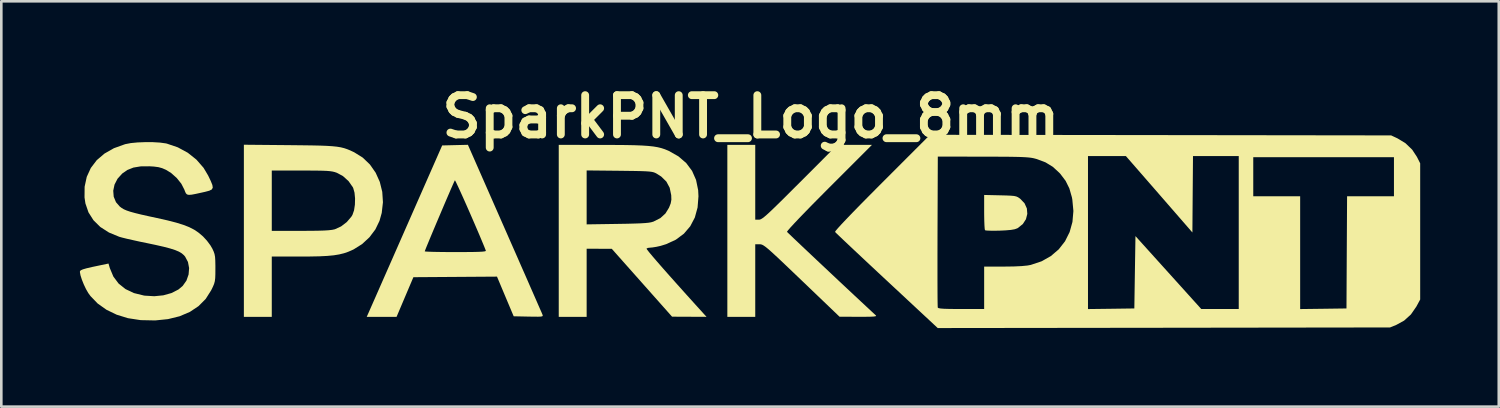
<source format=kicad_pcb>
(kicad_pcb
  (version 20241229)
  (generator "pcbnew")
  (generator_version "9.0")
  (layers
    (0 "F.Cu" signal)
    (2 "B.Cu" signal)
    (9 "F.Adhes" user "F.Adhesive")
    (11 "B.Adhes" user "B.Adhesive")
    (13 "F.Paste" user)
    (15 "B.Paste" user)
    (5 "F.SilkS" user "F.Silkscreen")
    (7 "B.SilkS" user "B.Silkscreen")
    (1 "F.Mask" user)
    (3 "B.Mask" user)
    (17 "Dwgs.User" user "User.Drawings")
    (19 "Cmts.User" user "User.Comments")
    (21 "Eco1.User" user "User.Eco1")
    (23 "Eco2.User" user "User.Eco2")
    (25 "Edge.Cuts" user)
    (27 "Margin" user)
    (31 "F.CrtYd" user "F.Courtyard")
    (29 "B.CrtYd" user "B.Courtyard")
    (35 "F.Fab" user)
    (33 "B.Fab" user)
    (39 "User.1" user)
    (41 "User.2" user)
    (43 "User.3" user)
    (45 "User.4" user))
  (footprint "SparkPNT_Logo_8mm"
    (layer "F.Cu")
    (at 25.606 5.804)
    (property "Reference" "SparkPNT_Logo_8mm" (at 0 -4.4 0) (layer "F.SilkS") (effects (font (size 1.5 1.5) (thickness 0.3))))
    (attr board_only exclude_from_pos_files exclude_from_bom)
    (fp_poly (pts (xy 9.518 -1.399) (xy 9.758 -1.393) (xy 9.93 -1.385) (xy 10.05 -1.374) (xy 10.134 -1.355) (xy 10.199 -1.326) (xy 10.262 -1.283) (xy 10.289 -1.262) (xy 10.449 -1.094) (xy 10.537 -0.898) (xy 10.554 -0.691) (xy 10.502 -0.487) (xy 10.383 -0.304) (xy 10.199 -0.155) (xy 10.17 -0.139) (xy 10.073 -0.104) (xy 9.928 -0.079) (xy 9.72 -0.061) (xy 9.504 -0.051) (xy 9.298 -0.047) (xy 9.124 -0.049) (xy 8.999 -0.055) (xy 8.94 -0.066) (xy 8.939 -0.067) (xy 8.928 -0.119) (xy 8.919 -0.24) (xy 8.912 -0.416) (xy 8.908 -0.631) (xy 8.907 -0.756) (xy 8.907 -1.413)) (stroke (width 0) (type solid)) (fill yes) (layer "F.SilkS"))
    (fp_poly (pts (xy 0.17 -1.896) (xy 0.17 -0.469) (xy 0.309 -0.469) (xy 0.346 -0.473) (xy 0.39 -0.49) (xy 0.445 -0.524) (xy 0.519 -0.58) (xy 0.616 -0.663) (xy 0.742 -0.779) (xy 0.901 -0.931) (xy 1.101 -1.126) (xy 1.346 -1.368) (xy 1.641 -1.663) (xy 1.875 -1.896) (xy 3.302 -3.324) (xy 3.963 -3.324) (xy 4.624 -3.324) (xy 2.988 -1.688) (xy 2.655 -1.353) (xy 2.35 -1.045) (xy 2.08 -0.768) (xy 1.847 -0.527) (xy 1.656 -0.325) (xy 1.512 -0.169) (xy 1.42 -0.062) (xy 1.382 -0.01) (xy 1.382 -0.005) (xy 1.416 0.029) (xy 1.505 0.115) (xy 1.643 0.247) (xy 1.823 0.417) (xy 2.037 0.62) (xy 2.28 0.849) (xy 2.544 1.098) (xy 2.823 1.36) (xy 3.109 1.629) (xy 3.396 1.899) (xy 3.677 2.162) (xy 3.945 2.413) (xy 4.194 2.645) (xy 4.416 2.852) (xy 4.605 3.028) (xy 4.753 3.165) (xy 4.772 3.182) (xy 4.783 3.203) (xy 4.758 3.218) (xy 4.686 3.228) (xy 4.559 3.234) (xy 4.365 3.237) (xy 4.111 3.237) (xy 3.388 3.235) (xy 1.944 1.852) (xy 1.607 1.53) (xy 1.327 1.263) (xy 1.096 1.044) (xy 0.909 0.87) (xy 0.761 0.735) (xy 0.645 0.634) (xy 0.555 0.562) (xy 0.487 0.515) (xy 0.434 0.487) (xy 0.39 0.473) (xy 0.349 0.469) (xy 0.335 0.469) (xy 0.17 0.469) (xy 0.17 1.854) (xy 0.17 3.239) (xy -0.362 3.239) (xy -0.895 3.239) (xy -0.895 -0.043) (xy -0.895 -3.324) (xy -0.362 -3.324) (xy 0.17 -3.324)) (stroke (width 0) (type solid)) (fill yes) (layer "F.SilkS"))
    (fp_poly (pts (xy -17.612 -3.314) (xy -17.15 -3.309) (xy -16.765 -3.304) (xy -16.446 -3.297) (xy -16.185 -3.287) (xy -15.971 -3.273) (xy -15.795 -3.255) (xy -15.649 -3.231) (xy -15.523 -3.2) (xy -15.407 -3.161) (xy -15.291 -3.114) (xy -15.168 -3.056) (xy -15.138 -3.042) (xy -14.811 -2.838) (xy -14.536 -2.574) (xy -14.318 -2.262) (xy -14.16 -1.911) (xy -14.066 -1.531) (xy -14.04 -1.134) (xy -14.086 -0.728) (xy -14.171 -0.425) (xy -14.328 -0.099) (xy -14.555 0.202) (xy -14.836 0.462) (xy -15.156 0.663) (xy -15.187 0.678) (xy -15.357 0.753) (xy -15.527 0.812) (xy -15.712 0.857) (xy -15.922 0.891) (xy -16.169 0.914) (xy -16.467 0.929) (xy -16.828 0.936) (xy -17.194 0.938) (xy -18.283 0.938) (xy -18.283 2.088) (xy -18.283 3.239) (xy -18.816 3.239) (xy -19.348 3.239) (xy -19.348 -0.046) (xy -19.348 -1.193) (xy -18.283 -1.193) (xy -18.283 -0.043) (xy -17.183 -0.043) (xy -16.813 -0.044) (xy -16.519 -0.048) (xy -16.289 -0.055) (xy -16.114 -0.066) (xy -15.982 -0.081) (xy -15.886 -0.101) (xy -15.87 -0.106) (xy -15.638 -0.212) (xy -15.421 -0.378) (xy -15.248 -0.58) (xy -15.203 -0.654) (xy -15.143 -0.825) (xy -15.11 -1.043) (xy -15.104 -1.279) (xy -15.125 -1.5) (xy -15.175 -1.678) (xy -15.188 -1.705) (xy -15.352 -1.94) (xy -15.566 -2.133) (xy -15.8 -2.259) (xy -15.876 -2.285) (xy -15.956 -2.305) (xy -16.052 -2.32) (xy -16.176 -2.331) (xy -16.339 -2.338) (xy -16.552 -2.342) (xy -16.828 -2.344) (xy -17.155 -2.344) (xy -18.283 -2.344) (xy -18.283 -1.193) (xy -19.348 -1.193) (xy -19.348 -3.33)) (stroke (width 0) (type solid)) (fill yes) (layer "F.SilkS"))
    (fp_poly (pts (xy -9.386 -0.118) (xy -9.169 0.376) (xy -8.96 0.85) (xy -8.765 1.296) (xy -8.583 1.708) (xy -8.42 2.082) (xy -8.276 2.409) (xy -8.155 2.686) (xy -8.059 2.906) (xy -7.99 3.062) (xy -7.953 3.15) (xy -7.946 3.166) (xy -7.94 3.196) (xy -7.957 3.217) (xy -8.01 3.229) (xy -8.113 3.234) (xy -8.277 3.233) (xy -8.483 3.23) (xy -9.05 3.218) (xy -9.369 2.461) (xy -9.687 1.704) (xy -11.283 1.715) (xy -12.878 1.726) (xy -13.199 2.482) (xy -13.52 3.239) (xy -14.089 3.239) (xy -14.659 3.239) (xy -14.616 3.143) (xy -14.592 3.09) (xy -14.537 2.965) (xy -14.453 2.774) (xy -14.342 2.523) (xy -14.208 2.218) (xy -14.053 1.865) (xy -13.879 1.47) (xy -13.689 1.039) (xy -13.558 0.74) (xy -12.444 0.74) (xy -12.403 0.747) (xy -12.288 0.753) (xy -12.11 0.759) (xy -11.878 0.763) (xy -11.605 0.766) (xy -11.301 0.767) (xy -11.268 0.767) (xy -10.907 0.766) (xy -10.624 0.764) (xy -10.412 0.759) (xy -10.262 0.752) (xy -10.167 0.742) (xy -10.12 0.729) (xy -10.112 0.714) (xy -10.176 0.552) (xy -10.262 0.345) (xy -10.364 0.102) (xy -10.479 -0.166) (xy -10.601 -0.449) (xy -10.726 -0.736) (xy -10.849 -1.016) (xy -10.966 -1.279) (xy -11.072 -1.514) (xy -11.163 -1.712) (xy -11.233 -1.861) (xy -11.278 -1.951) (xy -11.294 -1.973) (xy -11.317 -1.927) (xy -11.368 -1.814) (xy -11.442 -1.645) (xy -11.534 -1.431) (xy -11.641 -1.183) (xy -11.756 -0.913) (xy -11.876 -0.63) (xy -11.996 -0.348) (xy -12.111 -0.075) (xy -12.216 0.175) (xy -12.306 0.393) (xy -12.378 0.567) (xy -12.425 0.686) (xy -12.444 0.738) (xy -12.444 0.74) (xy -13.558 0.74) (xy -13.487 0.579) (xy -13.274 0.095) (xy -13.176 -0.128) (xy -11.779 -3.303) (xy -11.288 -3.315) (xy -10.797 -3.327)) (stroke (width 0) (type solid)) (fill yes) (layer "F.SilkS"))
    (fp_poly (pts (xy -5.679 -3.323) (xy -5.191 -3.321) (xy -4.78 -3.318) (xy -4.436 -3.311) (xy -4.151 -3.3) (xy -3.914 -3.284) (xy -3.718 -3.263) (xy -3.553 -3.235) (xy -3.41 -3.2) (xy -3.28 -3.157) (xy -3.154 -3.105) (xy -3.129 -3.094) (xy -2.762 -2.886) (xy -2.465 -2.631) (xy -2.241 -2.331) (xy -2.089 -1.986) (xy -2.009 -1.596) (xy -1.997 -1.362) (xy -2.031 -0.934) (xy -2.136 -0.552) (xy -2.311 -0.218) (xy -2.552 0.064) (xy -2.858 0.293) (xy -3.227 0.464) (xy -3.44 0.53) (xy -3.601 0.566) (xy -3.749 0.59) (xy -3.829 0.597) (xy -3.927 0.608) (xy -3.981 0.634) (xy -3.958 0.673) (xy -3.881 0.772) (xy -3.753 0.925) (xy -3.578 1.129) (xy -3.359 1.38) (xy -3.099 1.674) (xy -2.802 2.007) (xy -2.471 2.376) (xy -2.11 2.776) (xy -1.777 3.143) (xy -1.69 3.239) (xy -2.347 3.236) (xy -3.005 3.233) (xy -4.155 1.938) (xy -5.306 0.642) (xy -5.785 0.641) (xy -6.265 0.639) (xy -6.265 1.939) (xy -6.265 3.239) (xy -6.797 3.239) (xy -7.33 3.239) (xy -7.33 -0.043) (xy -7.33 -1.32) (xy -6.265 -1.32) (xy -6.265 -0.29) (xy -5.082 -0.308) (xy -4.717 -0.314) (xy -4.426 -0.322) (xy -4.2 -0.33) (xy -4.027 -0.341) (xy -3.897 -0.354) (xy -3.8 -0.371) (xy -3.726 -0.393) (xy -3.711 -0.398) (xy -3.451 -0.53) (xy -3.257 -0.707) (xy -3.122 -0.927) (xy -3.057 -1.091) (xy -3.031 -1.233) (xy -3.037 -1.402) (xy -3.037 -1.405) (xy -3.096 -1.688) (xy -3.222 -1.923) (xy -3.419 -2.116) (xy -3.601 -2.231) (xy -3.654 -2.258) (xy -3.711 -2.279) (xy -3.783 -2.295) (xy -3.878 -2.307) (xy -4.009 -2.316) (xy -4.186 -2.323) (xy -4.418 -2.328) (xy -4.716 -2.332) (xy -5.018 -2.336) (xy -6.265 -2.349) (xy -6.265 -1.32) (xy -7.33 -1.32) (xy -7.33 -3.324)) (stroke (width 0) (type solid)) (fill yes) (layer "F.SilkS"))
    (fp_poly (pts (xy 15.641 -3.698) (xy 24.441 -3.686) (xy 24.683 -3.573) (xy 24.99 -3.386) (xy 25.244 -3.141) (xy 25.424 -2.868) (xy 25.549 -2.621) (xy 25.549 -0.021) (xy 25.549 2.578) (xy 25.403 2.848) (xy 25.196 3.147) (xy 24.936 3.383) (xy 24.639 3.546) (xy 24.398 3.644) (xy 15.767 3.656) (xy 7.135 3.667) (xy 5.191 1.857) (xy 4.847 1.537) (xy 4.655 1.357) (xy 7.125 1.357) (xy 7.125 1.749) (xy 7.126 2.094) (xy 7.127 2.386) (xy 7.129 2.618) (xy 7.132 2.783) (xy 7.135 2.873) (xy 7.137 2.887) (xy 7.166 2.906) (xy 7.243 2.921) (xy 7.376 2.931) (xy 7.572 2.937) (xy 7.841 2.94) (xy 8.032 2.941) (xy 8.907 2.941) (xy 8.907 2.131) (xy 8.907 1.321) (xy 9.664 1.321) (xy 10.039 1.316) (xy 10.336 1.302) (xy 10.563 1.28) (xy 10.689 1.256) (xy 11.097 1.12) (xy 11.452 0.92) (xy 11.753 0.663) (xy 11.993 0.356) (xy 12.16 0.022) (xy 12.87 0.022) (xy 12.87 2.942) (xy 13.755 2.931) (xy 14.639 2.919) (xy 14.66 1.538) (xy 14.682 0.157) (xy 15.938 1.549) (xy 17.194 2.941) (xy 17.909 2.941) (xy 18.624 2.941) (xy 18.624 0.021) (xy 18.624 -2.11) (xy 19.178 -2.11) (xy 19.178 -1.364) (xy 20.073 -1.364) (xy 20.968 -1.364) (xy 20.968 0.789) (xy 20.968 2.942) (xy 21.852 2.931) (xy 22.736 2.919) (xy 22.747 0.778) (xy 22.759 -1.364) (xy 23.653 -1.364) (xy 24.548 -1.364) (xy 24.548 -2.11) (xy 24.548 -2.855) (xy 21.863 -2.855) (xy 19.178 -2.855) (xy 19.178 -2.11) (xy 18.624 -2.11) (xy 18.624 -2.898) (xy 17.751 -2.898) (xy 16.878 -2.898) (xy 16.866 -1.44) (xy 16.855 0.019) (xy 15.586 -1.44) (xy 14.316 -2.898) (xy 13.593 -2.898) (xy 12.87 -2.898) (xy 12.87 0.022) (xy 12.16 0.022) (xy 12.169 0.005) (xy 12.277 -0.383) (xy 12.313 -0.8) (xy 12.272 -1.239) (xy 12.256 -1.324) (xy 12.159 -1.662) (xy 12.017 -1.95) (xy 11.815 -2.217) (xy 11.78 -2.255) (xy 11.529 -2.486) (xy 11.251 -2.656) (xy 10.921 -2.781) (xy 10.867 -2.796) (xy 10.789 -2.816) (xy 10.702 -2.832) (xy 10.597 -2.844) (xy 10.466 -2.854) (xy 10.299 -2.862) (xy 10.087 -2.867) (xy 9.821 -2.871) (xy 9.493 -2.873) (xy 9.093 -2.874) (xy 8.864 -2.875) (xy 7.138 -2.877) (xy 7.127 -0.021) (xy 7.126 0.465) (xy 7.125 0.927) (xy 7.125 1.357) (xy 4.655 1.357) (xy 4.523 1.234) (xy 4.222 0.952) (xy 3.95 0.697) (xy 3.712 0.473) (xy 3.515 0.287) (xy 3.363 0.142) (xy 3.262 0.045) (xy 3.217 -0.001) (xy 3.216 -0.003) (xy 3.239 -0.043) (xy 3.321 -0.14) (xy 3.458 -0.291) (xy 3.649 -0.493) (xy 3.89 -0.744) (xy 4.179 -1.04) (xy 4.514 -1.379) (xy 4.89 -1.758) (xy 5.013 -1.881) (xy 6.84 -3.709)) (stroke (width 0) (type solid)) (fill yes) (layer "F.SilkS"))
    (fp_poly (pts (xy -22.82 -3.428) (xy -22.55 -3.412) (xy -22.332 -3.382) (xy -22.289 -3.373) (xy -21.869 -3.23) (xy -21.489 -3.024) (xy -21.158 -2.76) (xy -20.886 -2.448) (xy -20.713 -2.157) (xy -20.611 -1.944) (xy -20.55 -1.793) (xy -20.535 -1.691) (xy -20.572 -1.623) (xy -20.665 -1.576) (xy -20.821 -1.534) (xy -20.946 -1.506) (xy -21.178 -1.455) (xy -21.34 -1.424) (xy -21.449 -1.416) (xy -21.518 -1.433) (xy -21.562 -1.477) (xy -21.595 -1.55) (xy -21.619 -1.615) (xy -21.735 -1.841) (xy -21.911 -2.061) (xy -22.126 -2.252) (xy -22.321 -2.372) (xy -22.466 -2.435) (xy -22.609 -2.474) (xy -22.782 -2.497) (xy -22.952 -2.507) (xy -23.288 -2.504) (xy -23.564 -2.458) (xy -23.796 -2.366) (xy -23.99 -2.231) (xy -24.17 -2.032) (xy -24.285 -1.808) (xy -24.334 -1.575) (xy -24.316 -1.346) (xy -24.229 -1.136) (xy -24.086 -0.972) (xy -24.013 -0.916) (xy -23.929 -0.866) (xy -23.823 -0.82) (xy -23.684 -0.773) (xy -23.503 -0.723) (xy -23.268 -0.665) (xy -22.969 -0.598) (xy -22.672 -0.534) (xy -22.266 -0.443) (xy -21.933 -0.357) (xy -21.659 -0.272) (xy -21.434 -0.184) (xy -21.245 -0.087) (xy -21.08 0.024) (xy -20.926 0.154) (xy -20.903 0.175) (xy -20.758 0.332) (xy -20.626 0.509) (xy -20.552 0.635) (xy -20.502 0.744) (xy -20.468 0.842) (xy -20.448 0.95) (xy -20.439 1.09) (xy -20.435 1.285) (xy -20.435 1.387) (xy -20.436 1.606) (xy -20.442 1.762) (xy -20.457 1.88) (xy -20.485 1.984) (xy -20.532 2.095) (xy -20.596 2.226) (xy -20.804 2.554) (xy -21.077 2.829) (xy -21.41 3.051) (xy -21.8 3.217) (xy -22.243 3.326) (xy -22.733 3.376) (xy -23.268 3.365) (xy -23.312 3.361) (xy -23.773 3.29) (xy -24.203 3.157) (xy -24.592 2.969) (xy -24.928 2.731) (xy -25.201 2.448) (xy -25.286 2.332) (xy -25.374 2.179) (xy -25.459 2) (xy -25.532 1.817) (xy -25.584 1.654) (xy -25.606 1.532) (xy -25.604 1.499) (xy -25.574 1.463) (xy -25.491 1.426) (xy -25.345 1.384) (xy -25.126 1.333) (xy -25.053 1.318) (xy -24.515 1.205) (xy -24.464 1.38) (xy -24.329 1.702) (xy -24.129 1.969) (xy -23.867 2.179) (xy -23.544 2.332) (xy -23.162 2.426) (xy -23.125 2.431) (xy -22.765 2.452) (xy -22.422 2.418) (xy -22.111 2.331) (xy -21.848 2.197) (xy -21.684 2.06) (xy -21.54 1.856) (xy -21.458 1.622) (xy -21.438 1.378) (xy -21.482 1.145) (xy -21.59 0.941) (xy -21.635 0.888) (xy -21.717 0.817) (xy -21.825 0.752) (xy -21.97 0.691) (xy -22.16 0.63) (xy -22.407 0.565) (xy -22.719 0.494) (xy -23.047 0.425) (xy -23.32 0.369) (xy -23.578 0.312) (xy -23.805 0.261) (xy -23.983 0.217) (xy -24.096 0.186) (xy -24.1 0.185) (xy -24.497 0.021) (xy -24.828 -0.191) (xy -25.089 -0.449) (xy -25.279 -0.749) (xy -25.396 -1.09) (xy -25.43 -1.319) (xy -25.426 -1.728) (xy -25.345 -2.104) (xy -25.19 -2.442) (xy -24.964 -2.74) (xy -24.669 -2.992) (xy -24.309 -3.197) (xy -23.886 -3.349) (xy -23.866 -3.354) (xy -23.663 -3.393) (xy -23.403 -3.418) (xy -23.113 -3.429)) (stroke (width 0) (type solid)) (fill yes) (layer "F.SilkS")))
  (gr_rect
    (start -3 -3)
    (end 54.155 12.471)
    (stroke (width 0.1) (type default))
    (fill no)
    (layer "Edge.Cuts")))
</source>
